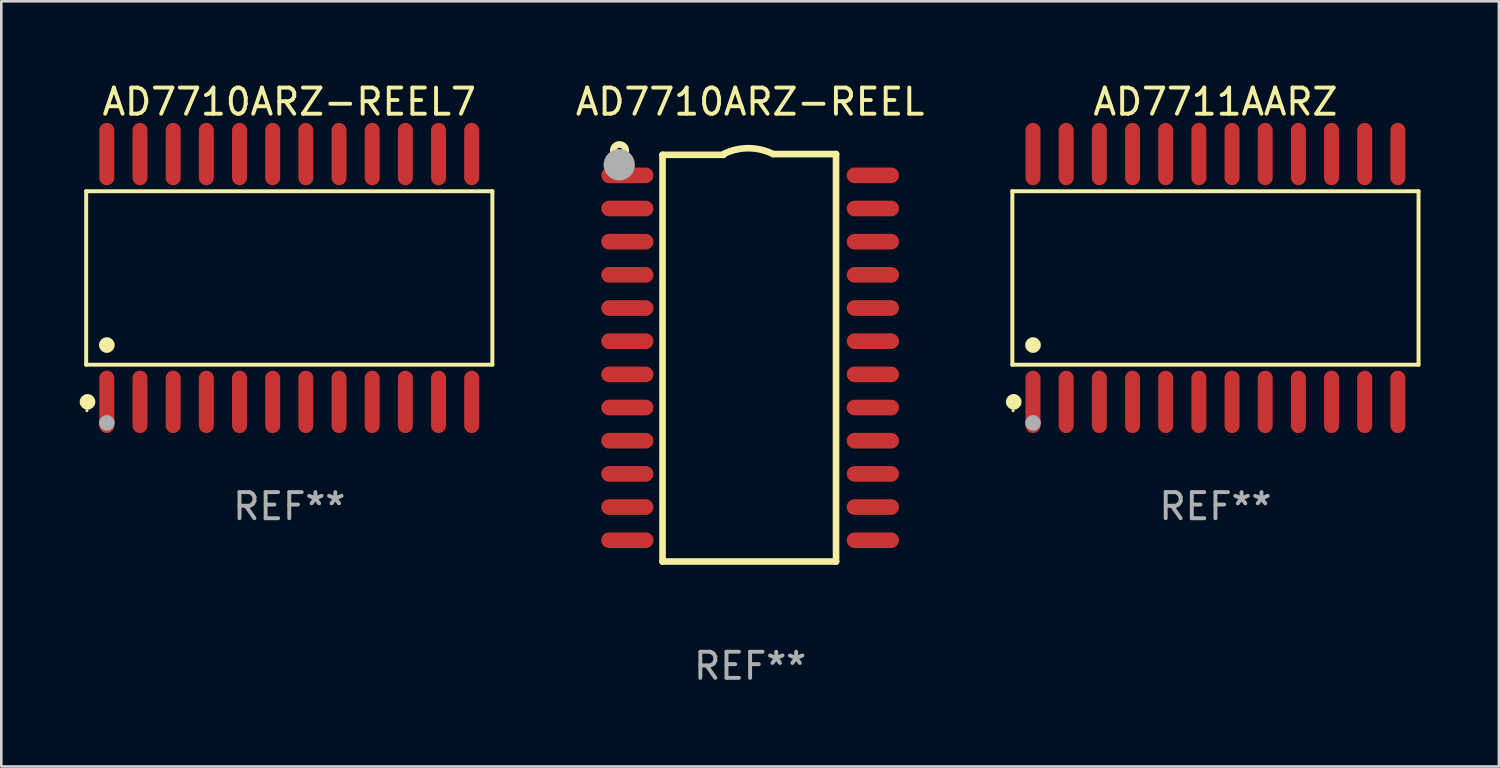
<source format=kicad_pcb>
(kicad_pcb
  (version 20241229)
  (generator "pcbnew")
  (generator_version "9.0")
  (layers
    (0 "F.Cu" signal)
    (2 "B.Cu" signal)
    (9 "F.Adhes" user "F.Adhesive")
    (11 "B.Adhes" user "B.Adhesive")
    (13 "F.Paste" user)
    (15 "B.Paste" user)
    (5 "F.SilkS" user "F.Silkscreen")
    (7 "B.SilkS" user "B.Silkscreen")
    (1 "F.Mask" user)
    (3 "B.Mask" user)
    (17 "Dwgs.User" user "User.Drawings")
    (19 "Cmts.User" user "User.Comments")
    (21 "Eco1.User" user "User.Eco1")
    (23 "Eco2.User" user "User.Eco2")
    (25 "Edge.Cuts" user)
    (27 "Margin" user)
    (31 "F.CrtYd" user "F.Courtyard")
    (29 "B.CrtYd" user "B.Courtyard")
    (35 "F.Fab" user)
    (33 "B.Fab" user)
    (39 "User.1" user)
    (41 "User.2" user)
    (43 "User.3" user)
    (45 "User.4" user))
  (footprint "AD7711AARZ"
    (layer "F.Cu")
    (at 43.485 7.592)
    (property "Reference" "AD7711AARZ" (at 0 -6.744 0) (layer "F.SilkS") (effects (font (size 1 1) (thickness 0.15))))
    (attr through_hole)
    (fp_line (start -7.776 -3.321) (end 7.776 -3.321) (stroke (width 0.152) (type solid)) (layer "F.SilkS"))
    (fp_line (start -7.776 3.321) (end -7.776 -3.321) (stroke (width 0.152) (type solid)) (layer "F.SilkS"))
    (fp_line (start 7.776 -3.321) (end 7.776 3.321) (stroke (width 0.152) (type solid)) (layer "F.SilkS"))
    (fp_line (start 7.776 3.321) (end -7.776 3.321) (stroke (width 0.152) (type solid)) (layer "F.SilkS"))
    (fp_circle (center -7.747 5.08) (end -7.717 5.08) (stroke (width 0.06) (type solid)) (fill no) (layer "F.SilkS"))
    (fp_circle (center -7.724 4.744) (end -7.574 4.744) (stroke (width 0.3) (type solid)) (fill no) (layer "F.SilkS"))
    (fp_circle (center -6.985 2.569) (end -6.835 2.569) (stroke (width 0.3) (type solid)) (fill no) (layer "F.SilkS"))
    (fp_circle (center -6.985 5.55) (end -6.835 5.55) (stroke (width 0.3) (type solid)) (fill no) (layer "F.Fab"))
    (fp_text user "REF**" (at 0 8.744 0) (layer "F.Fab") (effects (font (size 1 1) (thickness 0.15))))
    (pad "1" smd oval (at -6.985 4.744) (size 0.574 2.388) (layers "F.Cu" "F.Mask" "F.Paste"))
    (pad "2" smd oval (at -5.715 4.744) (size 0.574 2.388) (layers "F.Cu" "F.Mask" "F.Paste"))
    (pad "3" smd oval (at -4.445 4.744) (size 0.574 2.388) (layers "F.Cu" "F.Mask" "F.Paste"))
    (pad "4" smd oval (at -3.175 4.744) (size 0.574 2.388) (layers "F.Cu" "F.Mask" "F.Paste"))
    (pad "5" smd oval (at -1.905 4.744) (size 0.574 2.388) (layers "F.Cu" "F.Mask" "F.Paste"))
    (pad "6" smd oval (at -0.635 4.744) (size 0.574 2.388) (layers "F.Cu" "F.Mask" "F.Paste"))
    (pad "7" smd oval (at 0.635 4.744) (size 0.574 2.388) (layers "F.Cu" "F.Mask" "F.Paste"))
    (pad "8" smd oval (at 1.905 4.744) (size 0.574 2.388) (layers "F.Cu" "F.Mask" "F.Paste"))
    (pad "9" smd oval (at 3.175 4.744) (size 0.574 2.388) (layers "F.Cu" "F.Mask" "F.Paste"))
    (pad "10" smd oval (at 4.445 4.744) (size 0.574 2.388) (layers "F.Cu" "F.Mask" "F.Paste"))
    (pad "11" smd oval (at 5.715 4.744) (size 0.574 2.388) (layers "F.Cu" "F.Mask" "F.Paste"))
    (pad "12" smd oval (at 6.985 4.744) (size 0.574 2.388) (layers "F.Cu" "F.Mask" "F.Paste"))
    (pad "13" smd oval (at 6.985 -4.744) (size 0.574 2.388) (layers "F.Cu" "F.Mask" "F.Paste"))
    (pad "14" smd oval (at 5.715 -4.744) (size 0.574 2.388) (layers "F.Cu" "F.Mask" "F.Paste"))
    (pad "15" smd oval (at 4.445 -4.744) (size 0.574 2.388) (layers "F.Cu" "F.Mask" "F.Paste"))
    (pad "16" smd oval (at 3.175 -4.744) (size 0.574 2.388) (layers "F.Cu" "F.Mask" "F.Paste"))
    (pad "17" smd oval (at 1.905 -4.744) (size 0.574 2.388) (layers "F.Cu" "F.Mask" "F.Paste"))
    (pad "18" smd oval (at 0.635 -4.744) (size 0.574 2.388) (layers "F.Cu" "F.Mask" "F.Paste"))
    (pad "19" smd oval (at -0.635 -4.744) (size 0.574 2.388) (layers "F.Cu" "F.Mask" "F.Paste"))
    (pad "20" smd oval (at -1.905 -4.744) (size 0.574 2.388) (layers "F.Cu" "F.Mask" "F.Paste"))
    (pad "21" smd oval (at -3.175 -4.744) (size 0.574 2.388) (layers "F.Cu" "F.Mask" "F.Paste"))
    (pad "22" smd oval (at -4.445 -4.744) (size 0.574 2.388) (layers "F.Cu" "F.Mask" "F.Paste"))
    (pad "23" smd oval (at -5.715 -4.744) (size 0.574 2.388) (layers "F.Cu" "F.Mask" "F.Paste"))
    (pad "24" smd oval (at -6.985 -4.744) (size 0.574 2.388) (layers "F.Cu" "F.Mask" "F.Paste")))
  (footprint "AD7710ARZ-REEL7"
    (layer "F.Cu")
    (at 8.025 7.592)
    (property "Reference" "AD7710ARZ-REEL7" (at 0 -6.744 0) (layer "F.SilkS") (effects (font (size 1 1) (thickness 0.15))))
    (attr through_hole)
    (fp_line (start -7.776 -3.321) (end 7.776 -3.321) (stroke (width 0.152) (type solid)) (layer "F.SilkS"))
    (fp_line (start -7.776 3.321) (end -7.776 -3.321) (stroke (width 0.152) (type solid)) (layer "F.SilkS"))
    (fp_line (start 7.776 -3.321) (end 7.776 3.321) (stroke (width 0.152) (type solid)) (layer "F.SilkS"))
    (fp_line (start 7.776 3.321) (end -7.776 3.321) (stroke (width 0.152) (type solid)) (layer "F.SilkS"))
    (fp_circle (center -7.747 5.08) (end -7.717 5.08) (stroke (width 0.06) (type solid)) (fill no) (layer "F.SilkS"))
    (fp_circle (center -7.724 4.744) (end -7.574 4.744) (stroke (width 0.3) (type solid)) (fill no) (layer "F.SilkS"))
    (fp_circle (center -6.985 2.569) (end -6.835 2.569) (stroke (width 0.3) (type solid)) (fill no) (layer "F.SilkS"))
    (fp_circle (center -6.985 5.55) (end -6.835 5.55) (stroke (width 0.3) (type solid)) (fill no) (layer "F.Fab"))
    (fp_text user "REF**" (at 0 8.744 0) (layer "F.Fab") (effects (font (size 1 1) (thickness 0.15))))
    (pad "1" smd oval (at -6.985 4.744) (size 0.574 2.388) (layers "F.Cu" "F.Mask" "F.Paste"))
    (pad "2" smd oval (at -5.715 4.744) (size 0.574 2.388) (layers "F.Cu" "F.Mask" "F.Paste"))
    (pad "3" smd oval (at -4.445 4.744) (size 0.574 2.388) (layers "F.Cu" "F.Mask" "F.Paste"))
    (pad "4" smd oval (at -3.175 4.744) (size 0.574 2.388) (layers "F.Cu" "F.Mask" "F.Paste"))
    (pad "5" smd oval (at -1.905 4.744) (size 0.574 2.388) (layers "F.Cu" "F.Mask" "F.Paste"))
    (pad "6" smd oval (at -0.635 4.744) (size 0.574 2.388) (layers "F.Cu" "F.Mask" "F.Paste"))
    (pad "7" smd oval (at 0.635 4.744) (size 0.574 2.388) (layers "F.Cu" "F.Mask" "F.Paste"))
    (pad "8" smd oval (at 1.905 4.744) (size 0.574 2.388) (layers "F.Cu" "F.Mask" "F.Paste"))
    (pad "9" smd oval (at 3.175 4.744) (size 0.574 2.388) (layers "F.Cu" "F.Mask" "F.Paste"))
    (pad "10" smd oval (at 4.445 4.744) (size 0.574 2.388) (layers "F.Cu" "F.Mask" "F.Paste"))
    (pad "11" smd oval (at 5.715 4.744) (size 0.574 2.388) (layers "F.Cu" "F.Mask" "F.Paste"))
    (pad "12" smd oval (at 6.985 4.744) (size 0.574 2.388) (layers "F.Cu" "F.Mask" "F.Paste"))
    (pad "13" smd oval (at 6.985 -4.744) (size 0.574 2.388) (layers "F.Cu" "F.Mask" "F.Paste"))
    (pad "14" smd oval (at 5.715 -4.744) (size 0.574 2.388) (layers "F.Cu" "F.Mask" "F.Paste"))
    (pad "15" smd oval (at 4.445 -4.744) (size 0.574 2.388) (layers "F.Cu" "F.Mask" "F.Paste"))
    (pad "16" smd oval (at 3.175 -4.744) (size 0.574 2.388) (layers "F.Cu" "F.Mask" "F.Paste"))
    (pad "17" smd oval (at 1.905 -4.744) (size 0.574 2.388) (layers "F.Cu" "F.Mask" "F.Paste"))
    (pad "18" smd oval (at 0.635 -4.744) (size 0.574 2.388) (layers "F.Cu" "F.Mask" "F.Paste"))
    (pad "19" smd oval (at -0.635 -4.744) (size 0.574 2.388) (layers "F.Cu" "F.Mask" "F.Paste"))
    (pad "20" smd oval (at -1.905 -4.744) (size 0.574 2.388) (layers "F.Cu" "F.Mask" "F.Paste"))
    (pad "21" smd oval (at -3.175 -4.744) (size 0.574 2.388) (layers "F.Cu" "F.Mask" "F.Paste"))
    (pad "22" smd oval (at -4.445 -4.744) (size 0.574 2.388) (layers "F.Cu" "F.Mask" "F.Paste"))
    (pad "23" smd oval (at -5.715 -4.744) (size 0.574 2.388) (layers "F.Cu" "F.Mask" "F.Paste"))
    (pad "24" smd oval (at -6.985 -4.744) (size 0.574 2.388) (layers "F.Cu" "F.Mask" "F.Paste")))
  (footprint "AD7710ARZ-REEL"
    (layer "F.Cu")
    (at 25.669 10.648)
    (property "Reference" "AD7710ARZ-REEL" (at 0 -9.8 0) (layer "F.SilkS") (effects (font (size 1 1) (thickness 0.15))))
    (attr through_hole)
    (fp_line (start -3.353 -7.77) (end -1.016 -7.77) (stroke (width 0.254) (type solid)) (layer "F.SilkS"))
    (fp_line (start -3.353 7.8) (end -3.353 -7.77) (stroke (width 0.254) (type solid)) (layer "F.SilkS"))
    (fp_line (start 0.881 -7.8) (end 3.29 -7.8) (stroke (width 0.254) (type solid)) (layer "F.SilkS"))
    (fp_line (start 3.29 -7.8) (end 3.29 7.8) (stroke (width 0.254) (type solid)) (layer "F.SilkS"))
    (fp_line (start 3.29 7.8) (end -3.353 7.8) (stroke (width 0.254) (type solid)) (layer "F.SilkS"))
    (fp_arc (start -1.015951 -7.800025) (mid -0.067691 -8.023879) (end 0.880569 -7.800025) (stroke (width 0.254001) (type solid)) (layer "F.SilkS"))
    (fp_circle (center -5 -7.927) (end -4.886 -7.927) (stroke (width 0.254) (type solid)) (fill no) (layer "F.SilkS"))
    (fp_circle (center -5.01 -7.39) (end -4.71 -7.39) (stroke (width 0.6) (type solid)) (fill no) (layer "F.Fab"))
    (fp_text user "REF**" (at 0 11.8 0) (layer "F.Fab") (effects (font (size 1 1) (thickness 0.15))))
    (pad "1" smd oval (at -4.7 -6.985 270) (size 0.6 2) (layers "F.Cu" "F.Mask" "F.Paste"))
    (pad "2" smd oval (at -4.7 -5.715 270) (size 0.6 2) (layers "F.Cu" "F.Mask" "F.Paste"))
    (pad "3" smd oval (at -4.7 -4.445 270) (size 0.6 2) (layers "F.Cu" "F.Mask" "F.Paste"))
    (pad "4" smd oval (at -4.7 -3.175 270) (size 0.6 2) (layers "F.Cu" "F.Mask" "F.Paste"))
    (pad "5" smd oval (at -4.7 -1.905 270) (size 0.6 2) (layers "F.Cu" "F.Mask" "F.Paste"))
    (pad "6" smd oval (at -4.7 -0.635 270) (size 0.6 2) (layers "F.Cu" "F.Mask" "F.Paste"))
    (pad "7" smd oval (at -4.7 0.635 270) (size 0.6 2) (layers "F.Cu" "F.Mask" "F.Paste"))
    (pad "8" smd oval (at -4.7 1.905 270) (size 0.6 2) (layers "F.Cu" "F.Mask" "F.Paste"))
    (pad "9" smd oval (at -4.7 3.175 270) (size 0.6 2) (layers "F.Cu" "F.Mask" "F.Paste"))
    (pad "10" smd oval (at -4.7 4.445 270) (size 0.6 2) (layers "F.Cu" "F.Mask" "F.Paste"))
    (pad "11" smd oval (at -4.7 5.715 270) (size 0.6 2) (layers "F.Cu" "F.Mask" "F.Paste"))
    (pad "12" smd oval (at -4.7 6.985 270) (size 0.6 2) (layers "F.Cu" "F.Mask" "F.Paste"))
    (pad "13" smd oval (at 4.7 6.985 270) (size 0.6 2) (layers "F.Cu" "F.Mask" "F.Paste"))
    (pad "14" smd oval (at 4.7 5.715 270) (size 0.6 2) (layers "F.Cu" "F.Mask" "F.Paste"))
    (pad "15" smd oval (at 4.7 4.445 270) (size 0.6 2) (layers "F.Cu" "F.Mask" "F.Paste"))
    (pad "16" smd oval (at 4.7 3.175 270) (size 0.6 2) (layers "F.Cu" "F.Mask" "F.Paste"))
    (pad "17" smd oval (at 4.7 1.905 270) (size 0.6 2) (layers "F.Cu" "F.Mask" "F.Paste"))
    (pad "18" smd oval (at 4.7 0.635 270) (size 0.6 2) (layers "F.Cu" "F.Mask" "F.Paste"))
    (pad "19" smd oval (at 4.7 -0.635 270) (size 0.6 2) (layers "F.Cu" "F.Mask" "F.Paste"))
    (pad "20" smd oval (at 4.7 -1.905 270) (size 0.6 2) (layers "F.Cu" "F.Mask" "F.Paste"))
    (pad "21" smd oval (at 4.7 -3.175 270) (size 0.6 2) (layers "F.Cu" "F.Mask" "F.Paste"))
    (pad "22" smd oval (at 4.7 -4.445 270) (size 0.6 2) (layers "F.Cu" "F.Mask" "F.Paste"))
    (pad "23" smd oval (at 4.7 -5.715 270) (size 0.6 2) (layers "F.Cu" "F.Mask" "F.Paste"))
    (pad "24" smd oval (at 4.7 -6.985 270) (size 0.6 2) (layers "F.Cu" "F.Mask" "F.Paste")))
  (gr_rect
    (start -3 -3)
    (end 54.337 26.297)
    (stroke (width 0.1) (type default))
    (fill no)
    (layer "Edge.Cuts")))
</source>
